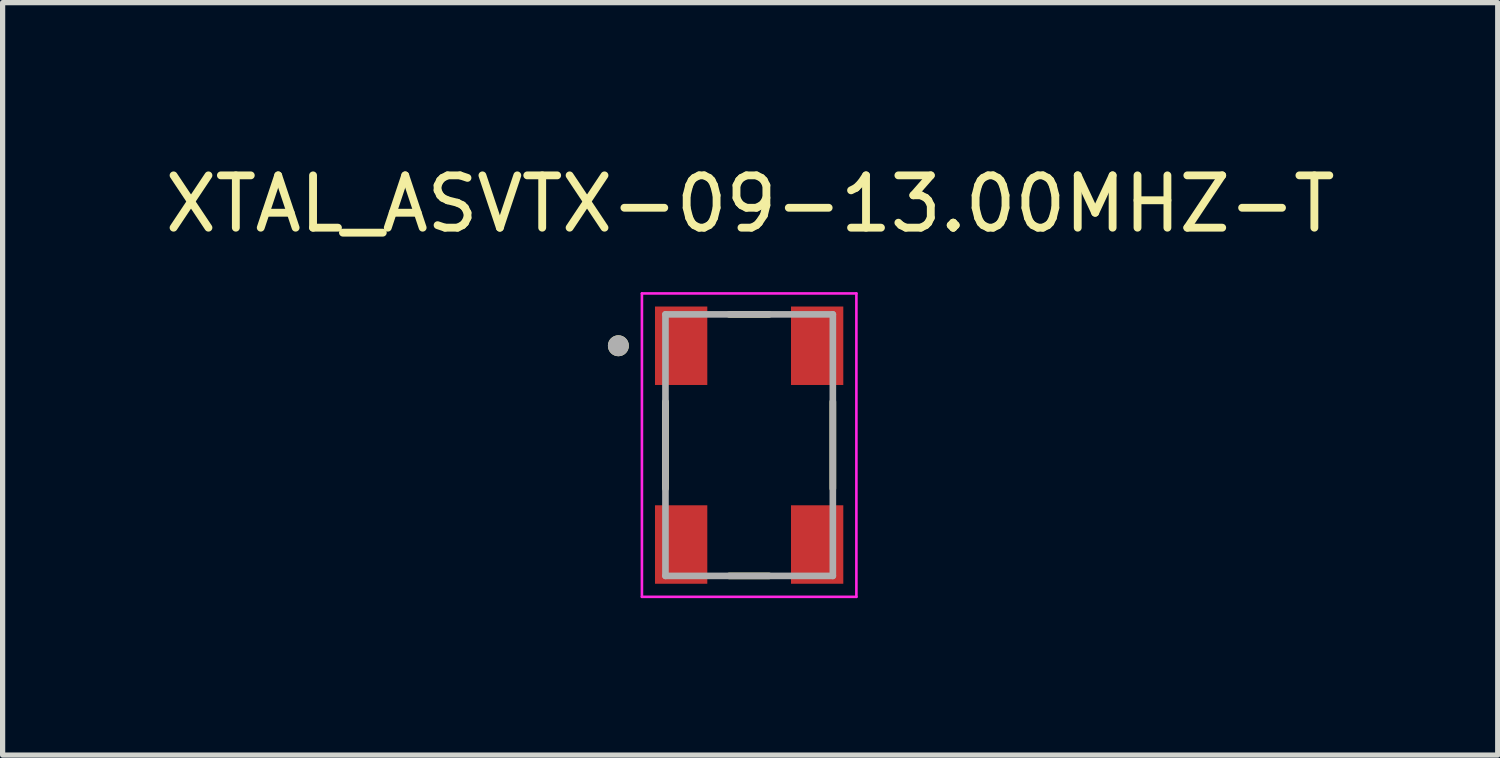
<source format=kicad_pcb>
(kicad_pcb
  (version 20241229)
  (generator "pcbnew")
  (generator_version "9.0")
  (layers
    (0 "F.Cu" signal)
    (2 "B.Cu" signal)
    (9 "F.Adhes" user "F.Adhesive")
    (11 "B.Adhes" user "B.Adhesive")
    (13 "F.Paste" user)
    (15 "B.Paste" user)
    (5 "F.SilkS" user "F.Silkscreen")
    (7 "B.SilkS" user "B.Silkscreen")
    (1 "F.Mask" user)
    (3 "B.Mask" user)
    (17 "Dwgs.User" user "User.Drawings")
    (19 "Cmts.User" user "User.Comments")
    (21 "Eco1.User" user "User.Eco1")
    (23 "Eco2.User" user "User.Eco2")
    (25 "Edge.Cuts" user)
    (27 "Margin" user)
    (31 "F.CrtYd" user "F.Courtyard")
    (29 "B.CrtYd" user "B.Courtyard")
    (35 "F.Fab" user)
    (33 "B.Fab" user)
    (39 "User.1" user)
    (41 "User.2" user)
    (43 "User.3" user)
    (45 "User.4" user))
  (footprint "XTAL_ASVTX-09-13.00MHZ-T"
    (layer "F.Cu")
    (at 11.272 5.46)
    (property "Reference" "XTAL_ASVTX-09-13.00MHZ-T" (at 0.02 -4.612 0) (layer "F.SilkS") (effects (font (size 1 1) (thickness 0.15))))
    (attr smd)
    (fp_line (start -1.6 -0.83) (end -1.6 0.83) (stroke (width 0.127) (type solid)) (layer "F.SilkS"))
    (fp_line (start -0.38 -2.5) (end 0.38 -2.5) (stroke (width 0.127) (type solid)) (layer "F.SilkS"))
    (fp_line (start -0.38 2.5) (end 0.38 2.5) (stroke (width 0.127) (type solid)) (layer "F.SilkS"))
    (fp_line (start 1.6 -0.83) (end 1.6 0.83) (stroke (width 0.127) (type solid)) (layer "F.SilkS"))
    (fp_circle (center -2.5 -1.9) (end -2.4 -1.9) (stroke (width 0.2) (type solid)) (fill no) (layer "F.SilkS"))
    (fp_line (start -2.05 -2.9) (end -2.05 2.9) (stroke (width 0.05) (type solid)) (layer "F.CrtYd"))
    (fp_line (start -2.05 2.9) (end 2.05 2.9) (stroke (width 0.05) (type solid)) (layer "F.CrtYd"))
    (fp_line (start 2.05 -2.9) (end -2.05 -2.9) (stroke (width 0.05) (type solid)) (layer "F.CrtYd"))
    (fp_line (start 2.05 2.9) (end 2.05 -2.9) (stroke (width 0.05) (type solid)) (layer "F.CrtYd"))
    (fp_line (start -1.6 -2.5) (end 1.6 -2.5) (stroke (width 0.127) (type solid)) (layer "F.Fab"))
    (fp_line (start -1.6 2.5) (end -1.6 -2.5) (stroke (width 0.127) (type solid)) (layer "F.Fab"))
    (fp_line (start 1.6 -2.5) (end 1.6 2.5) (stroke (width 0.127) (type solid)) (layer "F.Fab"))
    (fp_line (start 1.6 2.5) (end -1.6 2.5) (stroke (width 0.127) (type solid)) (layer "F.Fab"))
    (fp_circle (center -2.5 -1.9) (end -2.4 -1.9) (stroke (width 0.2) (type solid)) (fill no) (layer "F.Fab"))
    (pad "1" smd rect (at -1.3 -1.9) (size 1 1.5) (layers "F.Cu" "F.Mask" "F.Paste"))
    (pad "2" smd rect (at -1.3 1.9) (size 1 1.5) (layers "F.Cu" "F.Mask" "F.Paste"))
    (pad "3" smd rect (at 1.3 1.9) (size 1 1.5) (layers "F.Cu" "F.Mask" "F.Paste"))
    (pad "4" smd rect (at 1.3 -1.9) (size 1 1.5) (layers "F.Cu" "F.Mask" "F.Paste")))
  (gr_rect
    (start -3 -3)
    (end 25.583 11.385)
    (stroke (width 0.1) (type default))
    (fill no)
    (layer "Edge.Cuts")))
</source>
